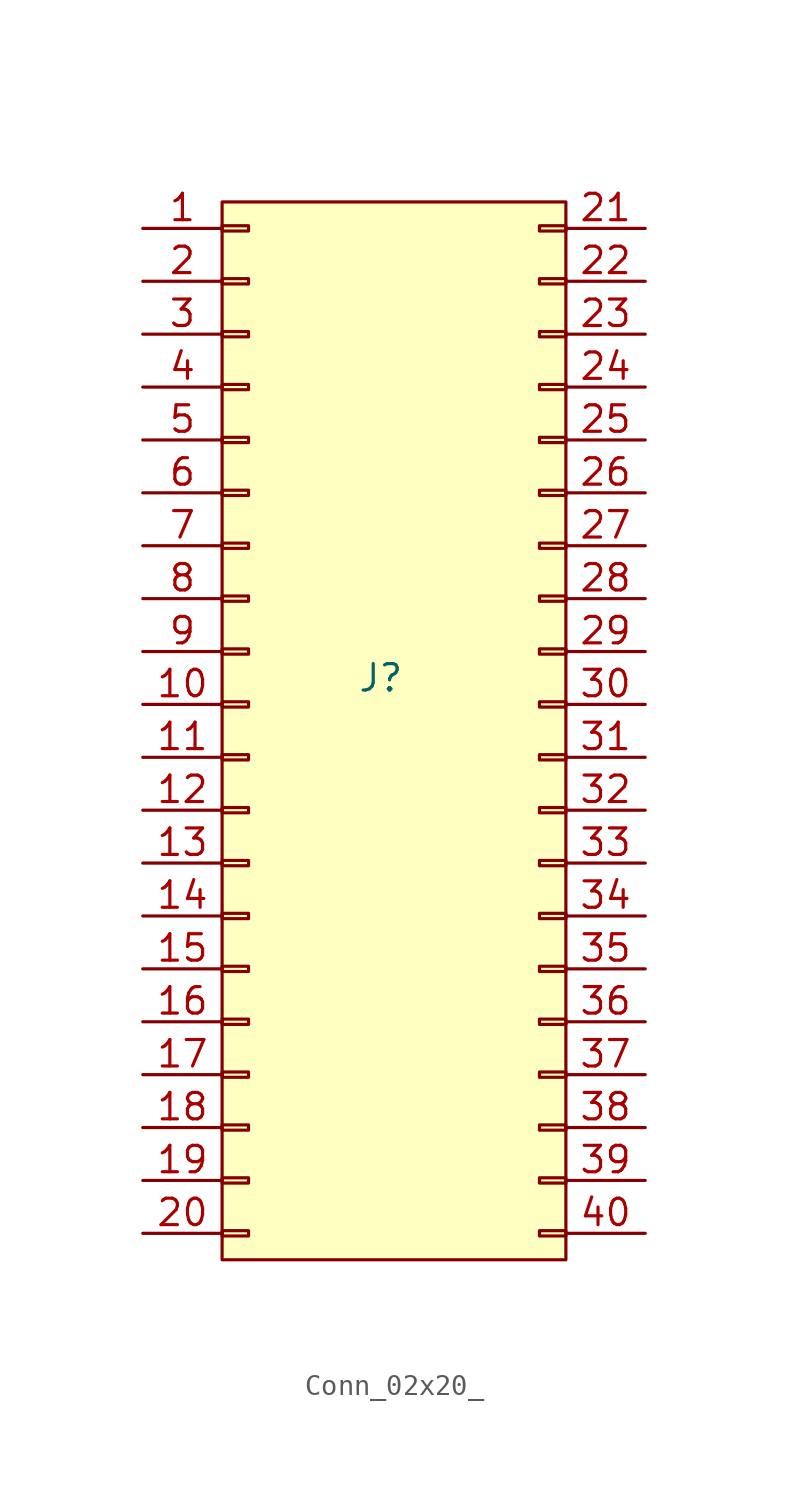
<source format=kicad_sym>
(kicad_symbol_lib
  (version 20231120)
  (generator "kicad_symbol_editor")
  (generator_version "8.0")
  (symbol "Conn_02x20_"
    (pin_names hide)
    (property "Reference" "J"
      (at 0 0 0)
      (effects (font (size 1.27 1.27))))
    (property "Value" ""
      (at 0 0 0)
      (effects (font (size 1.27 1.27))))
    (symbol "Conn_02x20__1_1"
      (rectangle (start -7.62 -26.543) (end -6.35 -26.797) (stroke (width 0.152) (type default)) (fill (type none)))
      (rectangle (start -7.62 -24.003) (end -6.35 -24.257) (stroke (width 0.152) (type default)) (fill (type none)))
      (rectangle (start -7.62 -21.463) (end -6.35 -21.717) (stroke (width 0.152) (type default)) (fill (type none)))
      (rectangle (start -7.62 -18.923) (end -6.35 -19.177) (stroke (width 0.152) (type default)) (fill (type none)))
      (rectangle (start -7.62 -16.383) (end -6.35 -16.637) (stroke (width 0.152) (type default)) (fill (type none)))
      (rectangle (start -7.62 -13.843) (end -6.35 -14.097) (stroke (width 0.152) (type default)) (fill (type none)))
      (rectangle (start -7.62 -11.303) (end -6.35 -11.557) (stroke (width 0.152) (type default)) (fill (type none)))
      (rectangle (start -7.62 -8.763) (end -6.35 -9.017) (stroke (width 0.152) (type default)) (fill (type none)))
      (rectangle (start -7.62 -6.223) (end -6.35 -6.477) (stroke (width 0.152) (type default)) (fill (type none)))
      (rectangle (start -7.62 -3.683) (end -6.35 -3.937) (stroke (width 0.152) (type default)) (fill (type none)))
      (rectangle (start -7.62 -1.143) (end -6.35 -1.397) (stroke (width 0.152) (type default)) (fill (type none)))
      (rectangle (start -7.62 1.397) (end -6.35 1.143) (stroke (width 0.152) (type default)) (fill (type none)))
      (rectangle (start -7.62 3.937) (end -6.35 3.683) (stroke (width 0.152) (type default)) (fill (type none)))
      (rectangle (start -7.62 6.477) (end -6.35 6.223) (stroke (width 0.152) (type default)) (fill (type none)))
      (rectangle (start -7.62 9.017) (end -6.35 8.763) (stroke (width 0.152) (type default)) (fill (type none)))
      (rectangle (start -7.62 11.557) (end -6.35 11.303) (stroke (width 0.152) (type default)) (fill (type none)))
      (rectangle (start -7.62 14.097) (end -6.35 13.843) (stroke (width 0.152) (type default)) (fill (type none)))
      (rectangle (start -7.62 16.637) (end -6.35 16.383) (stroke (width 0.152) (type default)) (fill (type none)))
      (rectangle (start -7.62 19.177) (end -6.35 18.923) (stroke (width 0.152) (type default)) (fill (type none)))
      (rectangle (start -7.62 21.717) (end -6.35 21.463) (stroke (width 0.152) (type default)) (fill (type none)))
      (rectangle (start -7.62 22.86) (end 8.89 -27.94) (stroke (width 0) (type default)) (fill (type background)))
      (rectangle (start 8.89 -26.543) (end 7.62 -26.797) (stroke (width 0.152) (type default)) (fill (type none)))
      (rectangle (start 8.89 -24.003) (end 7.62 -24.257) (stroke (width 0.152) (type default)) (fill (type none)))
      (rectangle (start 8.89 -21.463) (end 7.62 -21.717) (stroke (width 0.152) (type default)) (fill (type none)))
      (rectangle (start 8.89 -18.923) (end 7.62 -19.177) (stroke (width 0.152) (type default)) (fill (type none)))
      (rectangle (start 8.89 -16.383) (end 7.62 -16.637) (stroke (width 0.152) (type default)) (fill (type none)))
      (rectangle (start 8.89 -13.843) (end 7.62 -14.097) (stroke (width 0.152) (type default)) (fill (type none)))
      (rectangle (start 8.89 -11.303) (end 7.62 -11.557) (stroke (width 0.152) (type default)) (fill (type none)))
      (rectangle (start 8.89 -8.763) (end 7.62 -9.017) (stroke (width 0.152) (type default)) (fill (type none)))
      (rectangle (start 8.89 -6.223) (end 7.62 -6.477) (stroke (width 0.152) (type default)) (fill (type none)))
      (rectangle (start 8.89 -3.683) (end 7.62 -3.937) (stroke (width 0.152) (type default)) (fill (type none)))
      (rectangle (start 8.89 -1.143) (end 7.62 -1.397) (stroke (width 0.152) (type default)) (fill (type none)))
      (rectangle (start 8.89 1.397) (end 7.62 1.143) (stroke (width 0.152) (type default)) (fill (type none)))
      (rectangle (start 8.89 3.937) (end 7.62 3.683) (stroke (width 0.152) (type default)) (fill (type none)))
      (rectangle (start 8.89 6.477) (end 7.62 6.223) (stroke (width 0.152) (type default)) (fill (type none)))
      (rectangle (start 8.89 9.017) (end 7.62 8.763) (stroke (width 0.152) (type default)) (fill (type none)))
      (rectangle (start 8.89 11.557) (end 7.62 11.303) (stroke (width 0.152) (type default)) (fill (type none)))
      (rectangle (start 8.89 14.097) (end 7.62 13.843) (stroke (width 0.152) (type default)) (fill (type none)))
      (rectangle (start 8.89 16.637) (end 7.62 16.383) (stroke (width 0.152) (type default)) (fill (type none)))
      (rectangle (start 8.89 19.177) (end 7.62 18.923) (stroke (width 0.152) (type default)) (fill (type none)))
      (rectangle (start 8.89 21.717) (end 7.62 21.463) (stroke (width 0.152) (type default)) (fill (type none)))
      (pin passive line (at -11.43 21.59 0) (length 3.81) (name "Pin_1" (effects (font (size 1.27 1.27)))) (number "1" (effects (font (size 1.27 1.27)))))
      (pin passive line (at -11.43 -1.27 0) (length 3.81) (name "Pin_10" (effects (font (size 1.27 1.27)))) (number "10" (effects (font (size 1.27 1.27)))))
      (pin passive line (at -11.43 -3.81 0) (length 3.81) (name "Pin_11" (effects (font (size 1.27 1.27)))) (number "11" (effects (font (size 1.27 1.27)))))
      (pin passive line (at -11.43 -6.35 0) (length 3.81) (name "Pin_12" (effects (font (size 1.27 1.27)))) (number "12" (effects (font (size 1.27 1.27)))))
      (pin passive line (at -11.43 -8.89 0) (length 3.81) (name "Pin_13" (effects (font (size 1.27 1.27)))) (number "13" (effects (font (size 1.27 1.27)))))
      (pin passive line (at -11.43 -11.43 0) (length 3.81) (name "Pin_14" (effects (font (size 1.27 1.27)))) (number "14" (effects (font (size 1.27 1.27)))))
      (pin passive line (at -11.43 -13.97 0) (length 3.81) (name "Pin_15" (effects (font (size 1.27 1.27)))) (number "15" (effects (font (size 1.27 1.27)))))
      (pin passive line (at -11.43 -16.51 0) (length 3.81) (name "Pin_16" (effects (font (size 1.27 1.27)))) (number "16" (effects (font (size 1.27 1.27)))))
      (pin passive line (at -11.43 -19.05 0) (length 3.81) (name "Pin_17" (effects (font (size 1.27 1.27)))) (number "17" (effects (font (size 1.27 1.27)))))
      (pin passive line (at -11.43 -21.59 0) (length 3.81) (name "Pin_18" (effects (font (size 1.27 1.27)))) (number "18" (effects (font (size 1.27 1.27)))))
      (pin passive line (at -11.43 -24.13 0) (length 3.81) (name "Pin_19" (effects (font (size 1.27 1.27)))) (number "19" (effects (font (size 1.27 1.27)))))
      (pin passive line (at -11.43 19.05 0) (length 3.81) (name "Pin_2" (effects (font (size 1.27 1.27)))) (number "2" (effects (font (size 1.27 1.27)))))
      (pin passive line (at -11.43 -26.67 0) (length 3.81) (name "Pin_20" (effects (font (size 1.27 1.27)))) (number "20" (effects (font (size 1.27 1.27)))))
      (pin passive line (at 12.7 21.59 180) (length 3.81) (name "Pin_21" (effects (font (size 1.27 1.27)))) (number "21" (effects (font (size 1.27 1.27)))))
      (pin passive line (at 12.7 19.05 180) (length 3.81) (name "Pin_22" (effects (font (size 1.27 1.27)))) (number "22" (effects (font (size 1.27 1.27)))))
      (pin passive line (at 12.7 16.51 180) (length 3.81) (name "Pin_23" (effects (font (size 1.27 1.27)))) (number "23" (effects (font (size 1.27 1.27)))))
      (pin passive line (at 12.7 13.97 180) (length 3.81) (name "Pin_24" (effects (font (size 1.27 1.27)))) (number "24" (effects (font (size 1.27 1.27)))))
      (pin passive line (at 12.7 11.43 180) (length 3.81) (name "Pin_25" (effects (font (size 1.27 1.27)))) (number "25" (effects (font (size 1.27 1.27)))))
      (pin passive line (at 12.7 8.89 180) (length 3.81) (name "Pin_26" (effects (font (size 1.27 1.27)))) (number "26" (effects (font (size 1.27 1.27)))))
      (pin passive line (at 12.7 6.35 180) (length 3.81) (name "Pin_27" (effects (font (size 1.27 1.27)))) (number "27" (effects (font (size 1.27 1.27)))))
      (pin passive line (at 12.7 3.81 180) (length 3.81) (name "Pin_28" (effects (font (size 1.27 1.27)))) (number "28" (effects (font (size 1.27 1.27)))))
      (pin passive line (at 12.7 1.27 180) (length 3.81) (name "Pin_29" (effects (font (size 1.27 1.27)))) (number "29" (effects (font (size 1.27 1.27)))))
      (pin passive line (at -11.43 16.51 0) (length 3.81) (name "Pin_3" (effects (font (size 1.27 1.27)))) (number "3" (effects (font (size 1.27 1.27)))))
      (pin passive line (at 12.7 -1.27 180) (length 3.81) (name "Pin_30" (effects (font (size 1.27 1.27)))) (number "30" (effects (font (size 1.27 1.27)))))
      (pin passive line (at 12.7 -3.81 180) (length 3.81) (name "Pin_31" (effects (font (size 1.27 1.27)))) (number "31" (effects (font (size 1.27 1.27)))))
      (pin passive line (at 12.7 -6.35 180) (length 3.81) (name "Pin_32" (effects (font (size 1.27 1.27)))) (number "32" (effects (font (size 1.27 1.27)))))
      (pin passive line (at 12.7 -8.89 180) (length 3.81) (name "Pin_33" (effects (font (size 1.27 1.27)))) (number "33" (effects (font (size 1.27 1.27)))))
      (pin passive line (at 12.7 -11.43 180) (length 3.81) (name "Pin_34" (effects (font (size 1.27 1.27)))) (number "34" (effects (font (size 1.27 1.27)))))
      (pin passive line (at 12.7 -13.97 180) (length 3.81) (name "Pin_35" (effects (font (size 1.27 1.27)))) (number "35" (effects (font (size 1.27 1.27)))))
      (pin passive line (at 12.7 -16.51 180) (length 3.81) (name "Pin_36" (effects (font (size 1.27 1.27)))) (number "36" (effects (font (size 1.27 1.27)))))
      (pin passive line (at 12.7 -19.05 180) (length 3.81) (name "Pin_37" (effects (font (size 1.27 1.27)))) (number "37" (effects (font (size 1.27 1.27)))))
      (pin passive line (at 12.7 -21.59 180) (length 3.81) (name "Pin_38" (effects (font (size 1.27 1.27)))) (number "38" (effects (font (size 1.27 1.27)))))
      (pin passive line (at 12.7 -24.13 180) (length 3.81) (name "Pin_39" (effects (font (size 1.27 1.27)))) (number "39" (effects (font (size 1.27 1.27)))))
      (pin passive line (at -11.43 13.97 0) (length 3.81) (name "Pin_4" (effects (font (size 1.27 1.27)))) (number "4" (effects (font (size 1.27 1.27)))))
      (pin passive line (at 12.7 -26.67 180) (length 3.81) (name "Pin_40" (effects (font (size 1.27 1.27)))) (number "40" (effects (font (size 1.27 1.27)))))
      (pin passive line (at -11.43 11.43 0) (length 3.81) (name "Pin_5" (effects (font (size 1.27 1.27)))) (number "5" (effects (font (size 1.27 1.27)))))
      (pin passive line (at -11.43 8.89 0) (length 3.81) (name "Pin_6" (effects (font (size 1.27 1.27)))) (number "6" (effects (font (size 1.27 1.27)))))
      (pin passive line (at -11.43 6.35 0) (length 3.81) (name "Pin_7" (effects (font (size 1.27 1.27)))) (number "7" (effects (font (size 1.27 1.27)))))
      (pin passive line (at -11.43 3.81 0) (length 3.81) (name "Pin_8" (effects (font (size 1.27 1.27)))) (number "8" (effects (font (size 1.27 1.27)))))
      (pin passive line (at -11.43 1.27 0) (length 3.81) (name "Pin_9" (effects (font (size 1.27 1.27)))) (number "9" (effects (font (size 1.27 1.27))))))))
</source>
